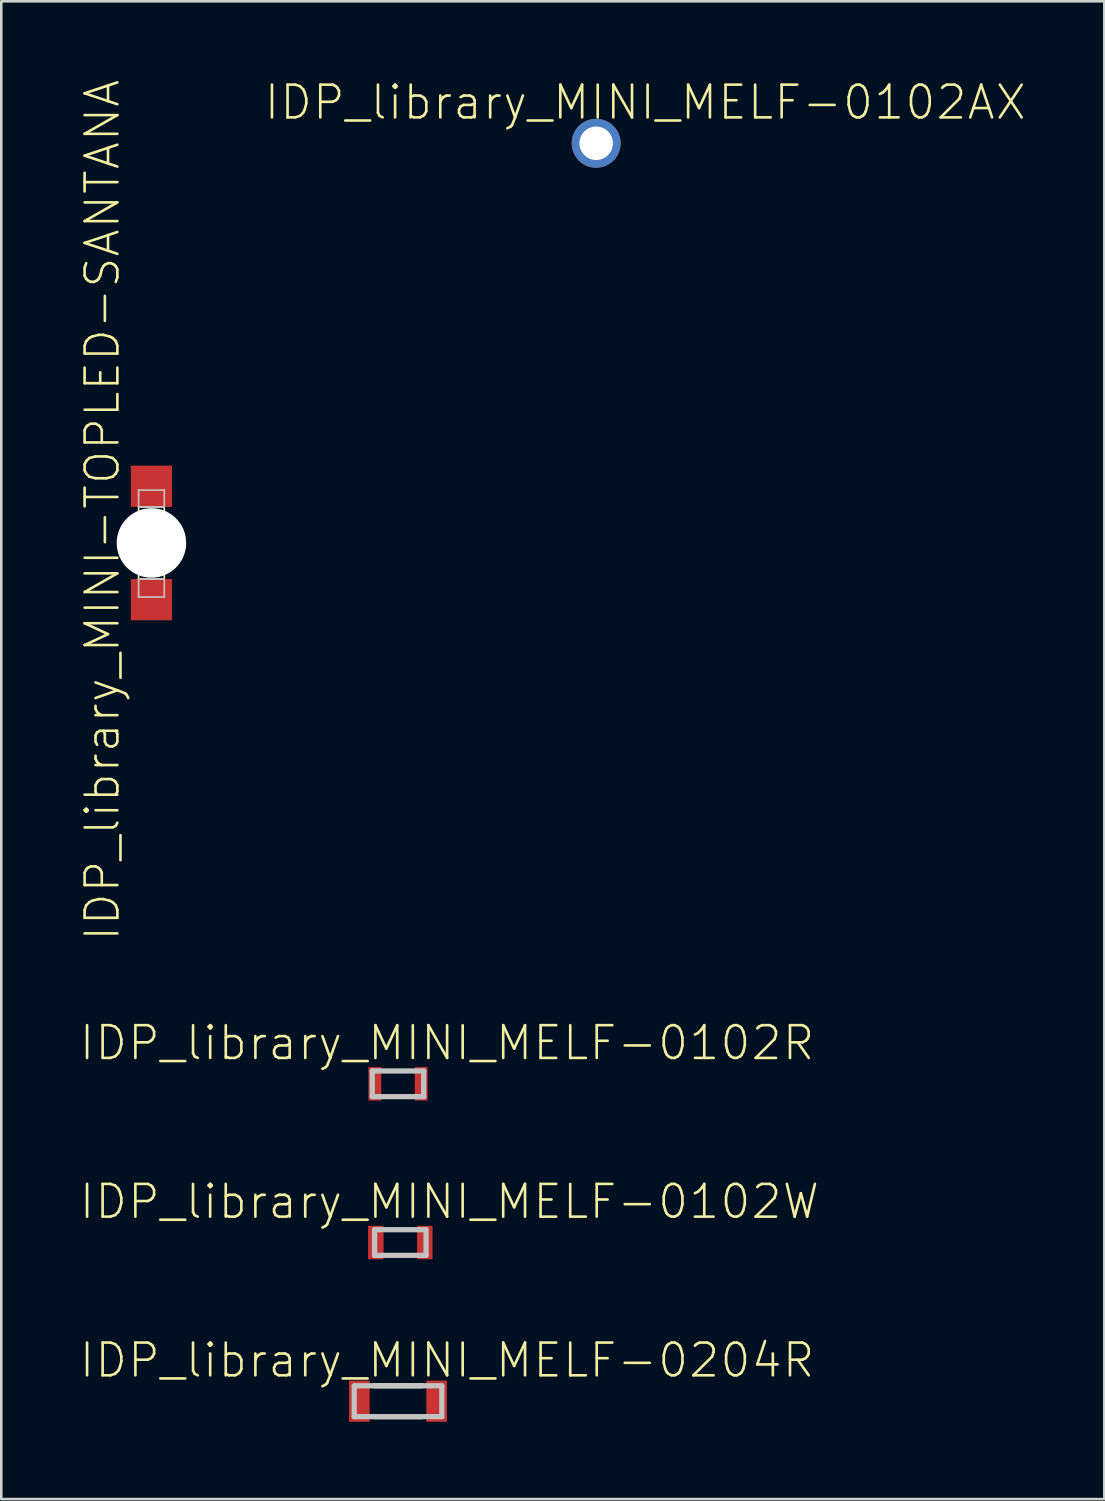
<source format=kicad_pcb>
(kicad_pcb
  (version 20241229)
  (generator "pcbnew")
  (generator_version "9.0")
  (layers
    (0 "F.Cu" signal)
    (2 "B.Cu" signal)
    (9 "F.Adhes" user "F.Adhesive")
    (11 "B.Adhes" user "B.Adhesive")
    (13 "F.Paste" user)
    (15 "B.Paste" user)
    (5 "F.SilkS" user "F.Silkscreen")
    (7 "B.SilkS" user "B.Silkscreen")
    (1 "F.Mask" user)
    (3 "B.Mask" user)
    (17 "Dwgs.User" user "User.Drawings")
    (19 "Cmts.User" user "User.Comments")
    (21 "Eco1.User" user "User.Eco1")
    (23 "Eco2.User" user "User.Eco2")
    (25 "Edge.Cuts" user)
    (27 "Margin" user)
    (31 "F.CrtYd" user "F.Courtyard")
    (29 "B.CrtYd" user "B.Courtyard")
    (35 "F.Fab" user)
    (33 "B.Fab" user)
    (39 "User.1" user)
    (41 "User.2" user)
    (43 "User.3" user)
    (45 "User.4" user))
  (footprint "IDP_library_MINI_MELF-0102AX"
    (layer "F.Cu")
    (at 20.082 2.509)
    (property "Reference" "IDP_library_MINI_MELF-0102AX" (at 1.905 -1.587 0) (layer "F.SilkS") (effects (font (size 1.27 1.27) (thickness 0.102))))
    (attr smd)
    (fp_circle (center 0 0) (end 0 -0.599) (stroke (width 0) (type solid)) (fill yes) (layer "Dwgs.User"))
    (fp_circle (center 0 0) (end 0 -0.599) (stroke (width 0) (type solid)) (fill yes) (layer "Dwgs.User"))
    (pad "" np_thru_hole circle (at 0 0) (size 1.298 1.298) (drill 1.298) (layers "*.Cu" "*.Mask"))
    (pad "1" smd circle (at 0 0) (size 1.9 1.9) (layers "F.Cu" "F.Mask" "F.Paste"))
    (pad "2" smd circle (at 0 0) (size 1.9 1.9) (layers "B.Cu" "B.Mask")))
  (footprint "IDP_library_MINI-TOPLED-SANTANA"
    (layer "F.Cu")
    (at 2.826 18.017)
    (property "Reference" "IDP_library_MINI-TOPLED-SANTANA" (at -1.905 -1.27 90) (layer "F.SilkS") (effects (font (size 1.27 1.27) (thickness 0.102))))
    (attr smd)
    (fp_line (start -0.549 -2.098) (end 0.549 -2.098) (stroke (width 0.066) (type solid)) (layer "F.Mask"))
    (fp_line (start -0.549 -1.499) (end -0.549 -2.098) (stroke (width 0.066) (type solid)) (layer "F.Mask"))
    (fp_line (start -0.549 -1.499) (end 0.549 -1.499) (stroke (width 0.066) (type solid)) (layer "F.Mask"))
    (fp_line (start -0.549 1.499) (end 0.549 1.499) (stroke (width 0.066) (type solid)) (layer "F.Mask"))
    (fp_line (start -0.549 2.098) (end -0.549 1.499) (stroke (width 0.066) (type solid)) (layer "F.Mask"))
    (fp_line (start -0.549 2.098) (end 0.549 2.098) (stroke (width 0.066) (type solid)) (layer "F.Mask"))
    (fp_line (start 0.549 -1.499) (end 0.549 -2.098) (stroke (width 0.066) (type solid)) (layer "F.Mask"))
    (fp_line (start 0.549 2.098) (end 0.549 1.499) (stroke (width 0.066) (type solid)) (layer "F.Mask"))
    (fp_line (start -0.699 -0.998) (end 0.699 -0.998) (stroke (width 0.102) (type solid)) (layer "F.SilkS"))
    (fp_line (start -0.699 0.998) (end -0.699 -0.998) (stroke (width 0.102) (type solid)) (layer "F.SilkS"))
    (fp_line (start -0.498 -1.4) (end 0.498 -1.4) (stroke (width 0.066) (type solid)) (layer "F.SilkS"))
    (fp_line (start -0.498 -0.998) (end -0.498 -1.4) (stroke (width 0.066) (type solid)) (layer "F.SilkS"))
    (fp_line (start -0.498 -0.998) (end 0.498 -0.998) (stroke (width 0.066) (type solid)) (layer "F.SilkS"))
    (fp_line (start -0.498 1.049) (end 0.498 1.049) (stroke (width 0.066) (type solid)) (layer "F.SilkS"))
    (fp_line (start -0.498 1.4) (end -0.498 1.049) (stroke (width 0.066) (type solid)) (layer "F.SilkS"))
    (fp_line (start -0.498 1.4) (end 0.498 1.4) (stroke (width 0.066) (type solid)) (layer "F.SilkS"))
    (fp_line (start -0.45 -0.699) (end 0.45 -0.699) (stroke (width 0.102) (type solid)) (layer "F.SilkS"))
    (fp_line (start -0.45 0.699) (end -0.45 -0.699) (stroke (width 0.102) (type solid)) (layer "F.SilkS"))
    (fp_line (start -0.198 0.048) (end 0.15 0.048) (stroke (width 0.066) (type solid)) (layer "F.SilkS"))
    (fp_line (start -0.198 0.399) (end -0.198 0.048) (stroke (width 0.066) (type solid)) (layer "F.SilkS"))
    (fp_line (start -0.198 0.399) (end 0.15 0.399) (stroke (width 0.066) (type solid)) (layer "F.SilkS"))
    (fp_line (start 0.15 0.399) (end 0.15 0.048) (stroke (width 0.066) (type solid)) (layer "F.SilkS"))
    (fp_line (start 0.348 0.998) (end -0.699 0.998) (stroke (width 0.102) (type solid)) (layer "F.SilkS"))
    (fp_line (start 0.45 -0.699) (end 0.45 0.699) (stroke (width 0.102) (type solid)) (layer "F.SilkS"))
    (fp_line (start 0.45 0.699) (end -0.45 0.699) (stroke (width 0.102) (type solid)) (layer "F.SilkS"))
    (fp_line (start 0.498 -0.998) (end 0.498 -1.4) (stroke (width 0.066) (type solid)) (layer "F.SilkS"))
    (fp_line (start 0.498 1.4) (end 0.498 1.049) (stroke (width 0.066) (type solid)) (layer "F.SilkS"))
    (fp_line (start 0.699 -0.998) (end 0.699 0.648) (stroke (width 0.102) (type solid)) (layer "F.SilkS"))
    (fp_line (start 0.699 0.648) (end 0.348 0.998) (stroke (width 0.102) (type solid)) (layer "F.SilkS"))
    (fp_line (start 0.699 0.648) (end 0.699 0.998) (stroke (width 0.102) (type solid)) (layer "F.SilkS"))
    (fp_line (start 0.699 0.998) (end 0.348 0.998) (stroke (width 0.102) (type solid)) (layer "F.SilkS"))
    (fp_line (start -0.498 -2.05) (end 0.498 -2.05) (stroke (width 0.066) (type solid)) (layer "F.Paste"))
    (fp_line (start -0.498 -1.549) (end -0.498 -2.05) (stroke (width 0.066) (type solid)) (layer "F.Paste"))
    (fp_line (start -0.498 -1.549) (end 0.498 -1.549) (stroke (width 0.066) (type solid)) (layer "F.Paste"))
    (fp_line (start -0.498 1.549) (end 0.498 1.549) (stroke (width 0.066) (type solid)) (layer "F.Paste"))
    (fp_line (start -0.498 2.05) (end -0.498 1.549) (stroke (width 0.066) (type solid)) (layer "F.Paste"))
    (fp_line (start -0.498 2.05) (end 0.498 2.05) (stroke (width 0.066) (type solid)) (layer "F.Paste"))
    (fp_line (start 0.498 -1.549) (end 0.498 -2.05) (stroke (width 0.066) (type solid)) (layer "F.Paste"))
    (fp_line (start 0.498 2.05) (end 0.498 1.549) (stroke (width 0.066) (type solid)) (layer "F.Paste"))
    (fp_line (start -0.498 -2.05) (end 0.498 -2.05) (stroke (width 0.066) (type solid)) (layer "Dwgs.User"))
    (fp_line (start -0.498 -1.4) (end -0.498 -2.05) (stroke (width 0.066) (type solid)) (layer "Dwgs.User"))
    (fp_line (start -0.498 -1.4) (end 0.498 -1.4) (stroke (width 0.066) (type solid)) (layer "Dwgs.User"))
    (fp_line (start -0.498 1.4) (end 0.498 1.4) (stroke (width 0.066) (type solid)) (layer "Dwgs.User"))
    (fp_line (start -0.498 2.098) (end -0.498 1.4) (stroke (width 0.066) (type solid)) (layer "Dwgs.User"))
    (fp_line (start -0.498 2.098) (end 0.498 2.098) (stroke (width 0.066) (type solid)) (layer "Dwgs.User"))
    (fp_line (start 0.498 -1.4) (end 0.498 -2.05) (stroke (width 0.066) (type solid)) (layer "Dwgs.User"))
    (fp_line (start 0.498 2.098) (end 0.498 1.4) (stroke (width 0.066) (type solid)) (layer "Dwgs.User"))
    (pad "" np_thru_hole circle (at 0 0) (size 2.697 2.697) (drill 2.697) (layers "*.Cu" "*.Mask"))
    (pad "A" smd rect (at 0 -2.2) (size 1.598 1.598) (layers "F.Cu" "F.Mask" "F.Paste"))
    (pad "C" smd rect (at 0 2.2) (size 1.598 1.598) (layers "F.Cu" "F.Mask" "F.Paste")))
  (footprint "IDP_library_MINI_MELF-0102W"
    (layer "F.Cu")
    (at 12.483 45.161)
    (property "Reference" "IDP_library_MINI_MELF-0102W" (at 1.905 -1.587 0) (layer "F.SilkS") (effects (font (size 1.27 1.27) (thickness 0.102))))
    (attr smd)
    (fp_line (start -0.998 -0.498) (end -0.998 0.498) (stroke (width 0.203) (type solid)) (layer "Dwgs.User"))
    (fp_line (start -0.998 0.498) (end 0.998 0.498) (stroke (width 0.203) (type solid)) (layer "Dwgs.User"))
    (fp_line (start 0.998 -0.498) (end -0.998 -0.498) (stroke (width 0.203) (type solid)) (layer "Dwgs.User"))
    (fp_line (start 0.998 0.498) (end 0.998 -0.498) (stroke (width 0.203) (type solid)) (layer "Dwgs.User"))
    (pad "1" smd rect (at -0.95 0) (size 0.599 1.298) (layers "F.Cu" "F.Mask" "F.Paste"))
    (pad "2" smd rect (at 0.95 0) (size 0.599 1.298) (layers "F.Cu" "F.Mask" "F.Paste")))
  (footprint "IDP_library_MINI_MELF-0102R"
    (layer "F.Cu")
    (at 12.393 39.003)
    (property "Reference" "IDP_library_MINI_MELF-0102R" (at 1.905 -1.587 0) (layer "F.SilkS") (effects (font (size 1.27 1.27) (thickness 0.102))))
    (attr smd)
    (fp_line (start -0.998 -0.498) (end -0.998 0.498) (stroke (width 0.203) (type solid)) (layer "Dwgs.User"))
    (fp_line (start -0.998 0.498) (end 0.998 0.498) (stroke (width 0.203) (type solid)) (layer "Dwgs.User"))
    (fp_line (start 0.998 -0.498) (end -0.998 -0.498) (stroke (width 0.203) (type solid)) (layer "Dwgs.User"))
    (fp_line (start 0.998 0.498) (end 0.998 -0.498) (stroke (width 0.203) (type solid)) (layer "Dwgs.User"))
    (pad "1" smd rect (at -0.899 0) (size 0.498 1.298) (layers "F.Cu" "F.Mask" "F.Paste"))
    (pad "2" smd rect (at 0.899 0) (size 0.498 1.298) (layers "F.Cu" "F.Mask" "F.Paste")))
  (footprint "IDP_library_MINI_MELF-0204R"
    (layer "F.Cu")
    (at 12.393 51.318)
    (property "Reference" "IDP_library_MINI_MELF-0204R" (at 1.905 -1.587 0) (layer "F.SilkS") (effects (font (size 1.27 1.27) (thickness 0.102))))
    (attr smd)
    (fp_line (start -0.937 0.599) (end 0.937 0.599) (stroke (width 0.203) (type solid)) (layer "F.SilkS"))
    (fp_line (start 0.937 -0.599) (end -0.937 -0.599) (stroke (width 0.203) (type solid)) (layer "F.SilkS"))
    (fp_line (start -1.699 -0.599) (end -1.699 0.599) (stroke (width 0.203) (type solid)) (layer "Dwgs.User"))
    (fp_line (start -1.699 0.599) (end 1.699 0.599) (stroke (width 0.203) (type solid)) (layer "Dwgs.User"))
    (fp_line (start 1.699 -0.599) (end -1.699 -0.599) (stroke (width 0.203) (type solid)) (layer "Dwgs.User"))
    (fp_line (start 1.699 0.599) (end 1.699 -0.599) (stroke (width 0.203) (type solid)) (layer "Dwgs.User"))
    (pad "1" smd rect (at -1.499 0) (size 0.798 1.598) (layers "F.Cu" "F.Mask" "F.Paste"))
    (pad "2" smd rect (at 1.499 0) (size 0.798 1.598) (layers "F.Cu" "F.Mask" "F.Paste")))
  (gr_rect
    (start -3 -3)
    (end 39.799 55.117)
    (stroke (width 0.1) (type default))
    (fill no)
    (layer "Edge.Cuts")))
</source>
